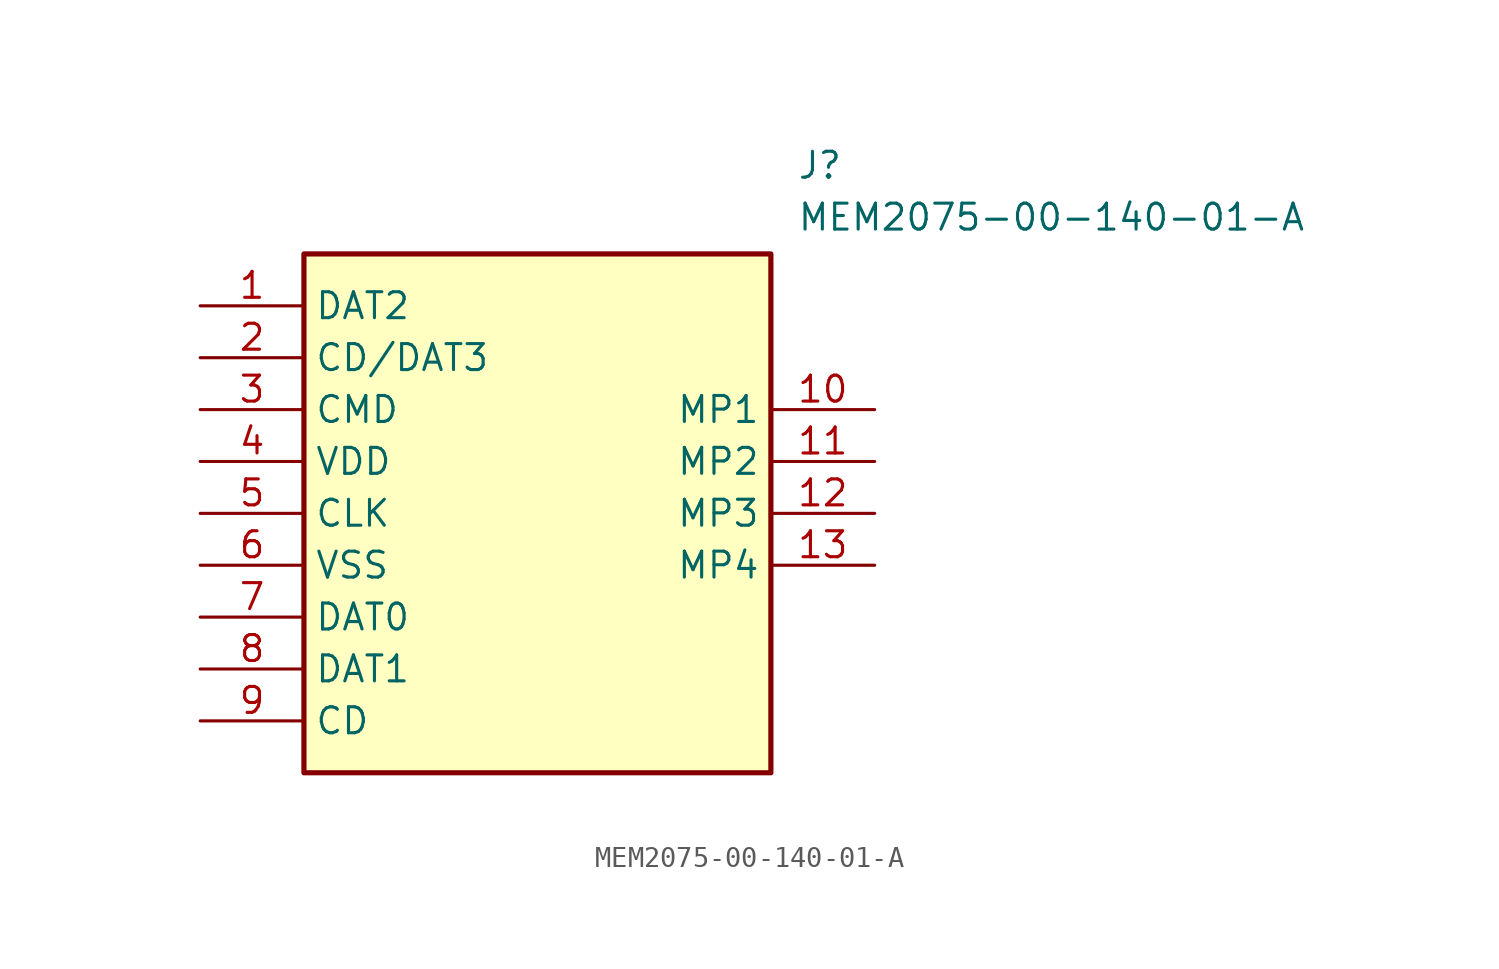
<source format=kicad_sym>
(kicad_symbol_lib
  (version 20220914)
  (generator kicad_symbol_editor)
  (symbol "MEM2075-00-140-01-A"
    (property "Reference" "J"
      (at 29.21 7.62 0)
      (effects (font (size 1.27 1.27)) (justify left top)))
    (property "Value" "MEM2075-00-140-01-A"
      (at 29.21 5.08 0)
      (effects (font (size 1.27 1.27)) (justify left top)))
    (symbol "MEM2075-00-140-01-A_1_1"
      (rectangle (start 5.08 2.54) (end 27.94 -22.86) (stroke (width 0.254) (type default)) (fill (type background)))
      (pin passive line (at 0 0 0) (length 5.08) (name "DAT2" (effects (font (size 1.27 1.27)))) (number "1" (effects (font (size 1.27 1.27)))))
      (pin passive line (at 33.02 -5.08 180) (length 5.08) (name "MP1" (effects (font (size 1.27 1.27)))) (number "10" (effects (font (size 1.27 1.27)))))
      (pin passive line (at 33.02 -7.62 180) (length 5.08) (name "MP2" (effects (font (size 1.27 1.27)))) (number "11" (effects (font (size 1.27 1.27)))))
      (pin passive line (at 33.02 -10.16 180) (length 5.08) (name "MP3" (effects (font (size 1.27 1.27)))) (number "12" (effects (font (size 1.27 1.27)))))
      (pin passive line (at 33.02 -12.7 180) (length 5.08) (name "MP4" (effects (font (size 1.27 1.27)))) (number "13" (effects (font (size 1.27 1.27)))))
      (pin passive line (at 0 -2.54 0) (length 5.08) (name "CD/DAT3" (effects (font (size 1.27 1.27)))) (number "2" (effects (font (size 1.27 1.27)))))
      (pin passive line (at 0 -5.08 0) (length 5.08) (name "CMD" (effects (font (size 1.27 1.27)))) (number "3" (effects (font (size 1.27 1.27)))))
      (pin passive line (at 0 -7.62 0) (length 5.08) (name "VDD" (effects (font (size 1.27 1.27)))) (number "4" (effects (font (size 1.27 1.27)))))
      (pin passive line (at 0 -10.16 0) (length 5.08) (name "CLK" (effects (font (size 1.27 1.27)))) (number "5" (effects (font (size 1.27 1.27)))))
      (pin passive line (at 0 -12.7 0) (length 5.08) (name "VSS" (effects (font (size 1.27 1.27)))) (number "6" (effects (font (size 1.27 1.27)))))
      (pin passive line (at 0 -15.24 0) (length 5.08) (name "DAT0" (effects (font (size 1.27 1.27)))) (number "7" (effects (font (size 1.27 1.27)))))
      (pin passive line (at 0 -17.78 0) (length 5.08) (name "DAT1" (effects (font (size 1.27 1.27)))) (number "8" (effects (font (size 1.27 1.27)))))
      (pin passive line (at 0 -20.32 0) (length 5.08) (name "CD" (effects (font (size 1.27 1.27)))) (number "9" (effects (font (size 1.27 1.27))))))))
</source>
